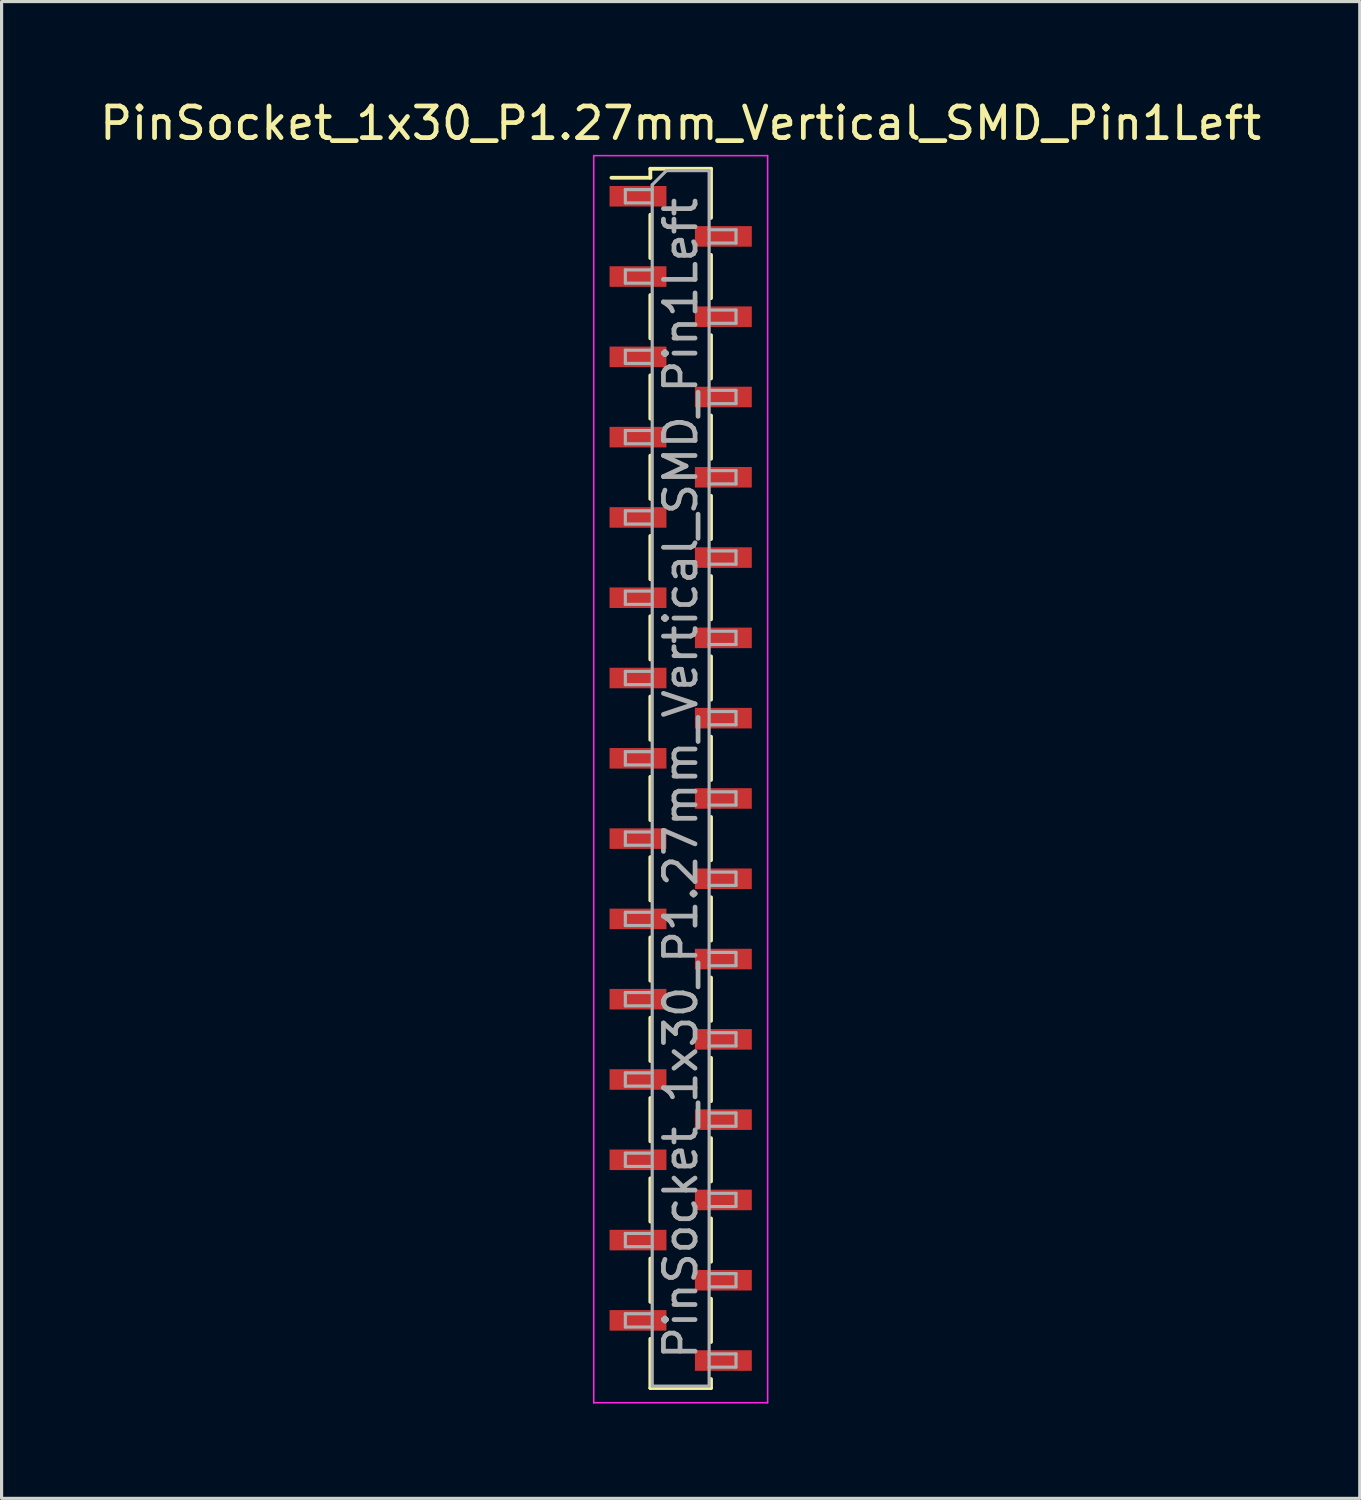
<source format=kicad_pcb>
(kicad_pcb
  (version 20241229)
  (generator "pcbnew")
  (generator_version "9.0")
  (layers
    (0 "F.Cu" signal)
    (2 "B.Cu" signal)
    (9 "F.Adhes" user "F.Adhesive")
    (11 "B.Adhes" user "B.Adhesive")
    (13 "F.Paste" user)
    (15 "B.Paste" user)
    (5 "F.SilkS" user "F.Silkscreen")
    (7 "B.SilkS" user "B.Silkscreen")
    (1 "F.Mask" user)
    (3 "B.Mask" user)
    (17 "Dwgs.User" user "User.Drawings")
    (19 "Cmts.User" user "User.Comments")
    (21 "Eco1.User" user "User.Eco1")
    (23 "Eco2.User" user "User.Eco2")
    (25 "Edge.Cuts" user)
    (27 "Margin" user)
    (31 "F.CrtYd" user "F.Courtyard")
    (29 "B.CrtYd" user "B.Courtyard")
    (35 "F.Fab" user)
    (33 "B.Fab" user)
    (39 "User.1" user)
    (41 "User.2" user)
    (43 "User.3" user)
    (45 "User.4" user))
  (footprint "PinSocket_1x30_P1.27mm_Vertical_SMD_Pin1Left"
    (layer "F.Cu")
    (at 18.482 21.573)
    (property "Reference" "PinSocket_1x30_P1.27mm_Vertical_SMD_Pin1Left" (at 0 -20.725 0) (layer "F.SilkS") (effects (font (size 1 1) (thickness 0.15))))
    (attr smd)
    (fp_line (start -2.19 -19) (end -0.96 -19) (stroke (width 0.12) (type solid)) (layer "F.SilkS"))
    (fp_line (start -0.96 -19.285) (end -0.96 -19) (stroke (width 0.12) (type solid)) (layer "F.SilkS"))
    (fp_line (start -0.96 -19.285) (end 0.96 -19.285) (stroke (width 0.12) (type solid)) (layer "F.SilkS"))
    (fp_line (start -0.96 -17.83) (end -0.96 -16.46) (stroke (width 0.12) (type solid)) (layer "F.SilkS"))
    (fp_line (start -0.96 -15.29) (end -0.96 -13.92) (stroke (width 0.12) (type solid)) (layer "F.SilkS"))
    (fp_line (start -0.96 -12.75) (end -0.96 -11.38) (stroke (width 0.12) (type solid)) (layer "F.SilkS"))
    (fp_line (start -0.96 -10.21) (end -0.96 -8.84) (stroke (width 0.12) (type solid)) (layer "F.SilkS"))
    (fp_line (start -0.96 -7.67) (end -0.96 -6.3) (stroke (width 0.12) (type solid)) (layer "F.SilkS"))
    (fp_line (start -0.96 -5.13) (end -0.96 -3.76) (stroke (width 0.12) (type solid)) (layer "F.SilkS"))
    (fp_line (start -0.96 -2.59) (end -0.96 -1.22) (stroke (width 0.12) (type solid)) (layer "F.SilkS"))
    (fp_line (start -0.96 -0.05) (end -0.96 1.32) (stroke (width 0.12) (type solid)) (layer "F.SilkS"))
    (fp_line (start -0.96 2.49) (end -0.96 3.86) (stroke (width 0.12) (type solid)) (layer "F.SilkS"))
    (fp_line (start -0.96 5.03) (end -0.96 6.4) (stroke (width 0.12) (type solid)) (layer "F.SilkS"))
    (fp_line (start -0.96 7.57) (end -0.96 8.94) (stroke (width 0.12) (type solid)) (layer "F.SilkS"))
    (fp_line (start -0.96 10.11) (end -0.96 11.48) (stroke (width 0.12) (type solid)) (layer "F.SilkS"))
    (fp_line (start -0.96 12.65) (end -0.96 14.02) (stroke (width 0.12) (type solid)) (layer "F.SilkS"))
    (fp_line (start -0.96 15.19) (end -0.96 16.56) (stroke (width 0.12) (type solid)) (layer "F.SilkS"))
    (fp_line (start -0.96 17.73) (end -0.96 19.285) (stroke (width 0.12) (type solid)) (layer "F.SilkS"))
    (fp_line (start -0.96 19.285) (end 0.96 19.285) (stroke (width 0.12) (type solid)) (layer "F.SilkS"))
    (fp_line (start 0.96 -19.285) (end 0.96 -17.73) (stroke (width 0.12) (type solid)) (layer "F.SilkS"))
    (fp_line (start 0.96 -16.56) (end 0.96 -15.19) (stroke (width 0.12) (type solid)) (layer "F.SilkS"))
    (fp_line (start 0.96 -14.02) (end 0.96 -12.65) (stroke (width 0.12) (type solid)) (layer "F.SilkS"))
    (fp_line (start 0.96 -11.48) (end 0.96 -10.11) (stroke (width 0.12) (type solid)) (layer "F.SilkS"))
    (fp_line (start 0.96 -8.94) (end 0.96 -7.57) (stroke (width 0.12) (type solid)) (layer "F.SilkS"))
    (fp_line (start 0.96 -6.4) (end 0.96 -5.03) (stroke (width 0.12) (type solid)) (layer "F.SilkS"))
    (fp_line (start 0.96 -3.86) (end 0.96 -2.49) (stroke (width 0.12) (type solid)) (layer "F.SilkS"))
    (fp_line (start 0.96 -1.32) (end 0.96 0.05) (stroke (width 0.12) (type solid)) (layer "F.SilkS"))
    (fp_line (start 0.96 1.22) (end 0.96 2.59) (stroke (width 0.12) (type solid)) (layer "F.SilkS"))
    (fp_line (start 0.96 3.76) (end 0.96 5.13) (stroke (width 0.12) (type solid)) (layer "F.SilkS"))
    (fp_line (start 0.96 6.3) (end 0.96 7.67) (stroke (width 0.12) (type solid)) (layer "F.SilkS"))
    (fp_line (start 0.96 8.84) (end 0.96 10.21) (stroke (width 0.12) (type solid)) (layer "F.SilkS"))
    (fp_line (start 0.96 11.38) (end 0.96 12.75) (stroke (width 0.12) (type solid)) (layer "F.SilkS"))
    (fp_line (start 0.96 13.92) (end 0.96 15.29) (stroke (width 0.12) (type solid)) (layer "F.SilkS"))
    (fp_line (start 0.96 16.46) (end 0.96 17.83) (stroke (width 0.12) (type solid)) (layer "F.SilkS"))
    (fp_line (start 0.96 19) (end 0.96 19.285) (stroke (width 0.12) (type solid)) (layer "F.SilkS"))
    (fp_line (start -2.75 -19.7) (end 2.75 -19.7) (stroke (width 0.05) (type solid)) (layer "F.CrtYd"))
    (fp_line (start -2.75 19.75) (end -2.75 -19.7) (stroke (width 0.05) (type solid)) (layer "F.CrtYd"))
    (fp_line (start 2.75 -19.7) (end 2.75 19.75) (stroke (width 0.05) (type solid)) (layer "F.CrtYd"))
    (fp_line (start 2.75 19.75) (end -2.75 19.75) (stroke (width 0.05) (type solid)) (layer "F.CrtYd"))
    (fp_line (start -1.75 -18.625) (end -0.9 -18.625) (stroke (width 0.1) (type solid)) (layer "F.Fab"))
    (fp_line (start -1.75 -18.205) (end -1.75 -18.625) (stroke (width 0.1) (type solid)) (layer "F.Fab"))
    (fp_line (start -1.75 -16.085) (end -0.9 -16.085) (stroke (width 0.1) (type solid)) (layer "F.Fab"))
    (fp_line (start -1.75 -15.665) (end -1.75 -16.085) (stroke (width 0.1) (type solid)) (layer "F.Fab"))
    (fp_line (start -1.75 -13.545) (end -0.9 -13.545) (stroke (width 0.1) (type solid)) (layer "F.Fab"))
    (fp_line (start -1.75 -13.125) (end -1.75 -13.545) (stroke (width 0.1) (type solid)) (layer "F.Fab"))
    (fp_line (start -1.75 -11.005) (end -0.9 -11.005) (stroke (width 0.1) (type solid)) (layer "F.Fab"))
    (fp_line (start -1.75 -10.585) (end -1.75 -11.005) (stroke (width 0.1) (type solid)) (layer "F.Fab"))
    (fp_line (start -1.75 -8.465) (end -0.9 -8.465) (stroke (width 0.1) (type solid)) (layer "F.Fab"))
    (fp_line (start -1.75 -8.045) (end -1.75 -8.465) (stroke (width 0.1) (type solid)) (layer "F.Fab"))
    (fp_line (start -1.75 -5.925) (end -0.9 -5.925) (stroke (width 0.1) (type solid)) (layer "F.Fab"))
    (fp_line (start -1.75 -5.505) (end -1.75 -5.925) (stroke (width 0.1) (type solid)) (layer "F.Fab"))
    (fp_line (start -1.75 -3.385) (end -0.9 -3.385) (stroke (width 0.1) (type solid)) (layer "F.Fab"))
    (fp_line (start -1.75 -2.965) (end -1.75 -3.385) (stroke (width 0.1) (type solid)) (layer "F.Fab"))
    (fp_line (start -1.75 -0.845) (end -0.9 -0.845) (stroke (width 0.1) (type solid)) (layer "F.Fab"))
    (fp_line (start -1.75 -0.425) (end -1.75 -0.845) (stroke (width 0.1) (type solid)) (layer "F.Fab"))
    (fp_line (start -1.75 1.695) (end -0.9 1.695) (stroke (width 0.1) (type solid)) (layer "F.Fab"))
    (fp_line (start -1.75 2.115) (end -1.75 1.695) (stroke (width 0.1) (type solid)) (layer "F.Fab"))
    (fp_line (start -1.75 4.235) (end -0.9 4.235) (stroke (width 0.1) (type solid)) (layer "F.Fab"))
    (fp_line (start -1.75 4.655) (end -1.75 4.235) (stroke (width 0.1) (type solid)) (layer "F.Fab"))
    (fp_line (start -1.75 6.775) (end -0.9 6.775) (stroke (width 0.1) (type solid)) (layer "F.Fab"))
    (fp_line (start -1.75 7.195) (end -1.75 6.775) (stroke (width 0.1) (type solid)) (layer "F.Fab"))
    (fp_line (start -1.75 9.315) (end -0.9 9.315) (stroke (width 0.1) (type solid)) (layer "F.Fab"))
    (fp_line (start -1.75 9.735) (end -1.75 9.315) (stroke (width 0.1) (type solid)) (layer "F.Fab"))
    (fp_line (start -1.75 11.855) (end -0.9 11.855) (stroke (width 0.1) (type solid)) (layer "F.Fab"))
    (fp_line (start -1.75 12.275) (end -1.75 11.855) (stroke (width 0.1) (type solid)) (layer "F.Fab"))
    (fp_line (start -1.75 14.395) (end -0.9 14.395) (stroke (width 0.1) (type solid)) (layer "F.Fab"))
    (fp_line (start -1.75 14.815) (end -1.75 14.395) (stroke (width 0.1) (type solid)) (layer "F.Fab"))
    (fp_line (start -1.75 16.935) (end -0.9 16.935) (stroke (width 0.1) (type solid)) (layer "F.Fab"))
    (fp_line (start -1.75 17.355) (end -1.75 16.935) (stroke (width 0.1) (type solid)) (layer "F.Fab"))
    (fp_line (start -0.9 -18.775) (end -0.45 -19.225) (stroke (width 0.1) (type solid)) (layer "F.Fab"))
    (fp_line (start -0.9 -18.205) (end -1.75 -18.205) (stroke (width 0.1) (type solid)) (layer "F.Fab"))
    (fp_line (start -0.9 -15.665) (end -1.75 -15.665) (stroke (width 0.1) (type solid)) (layer "F.Fab"))
    (fp_line (start -0.9 -13.125) (end -1.75 -13.125) (stroke (width 0.1) (type solid)) (layer "F.Fab"))
    (fp_line (start -0.9 -10.585) (end -1.75 -10.585) (stroke (width 0.1) (type solid)) (layer "F.Fab"))
    (fp_line (start -0.9 -8.045) (end -1.75 -8.045) (stroke (width 0.1) (type solid)) (layer "F.Fab"))
    (fp_line (start -0.9 -5.505) (end -1.75 -5.505) (stroke (width 0.1) (type solid)) (layer "F.Fab"))
    (fp_line (start -0.9 -2.965) (end -1.75 -2.965) (stroke (width 0.1) (type solid)) (layer "F.Fab"))
    (fp_line (start -0.9 -0.425) (end -1.75 -0.425) (stroke (width 0.1) (type solid)) (layer "F.Fab"))
    (fp_line (start -0.9 2.115) (end -1.75 2.115) (stroke (width 0.1) (type solid)) (layer "F.Fab"))
    (fp_line (start -0.9 4.655) (end -1.75 4.655) (stroke (width 0.1) (type solid)) (layer "F.Fab"))
    (fp_line (start -0.9 7.195) (end -1.75 7.195) (stroke (width 0.1) (type solid)) (layer "F.Fab"))
    (fp_line (start -0.9 9.735) (end -1.75 9.735) (stroke (width 0.1) (type solid)) (layer "F.Fab"))
    (fp_line (start -0.9 12.275) (end -1.75 12.275) (stroke (width 0.1) (type solid)) (layer "F.Fab"))
    (fp_line (start -0.9 14.815) (end -1.75 14.815) (stroke (width 0.1) (type solid)) (layer "F.Fab"))
    (fp_line (start -0.9 17.355) (end -1.75 17.355) (stroke (width 0.1) (type solid)) (layer "F.Fab"))
    (fp_line (start -0.9 19.225) (end -0.9 -18.775) (stroke (width 0.1) (type solid)) (layer "F.Fab"))
    (fp_line (start -0.45 -19.225) (end 0.9 -19.225) (stroke (width 0.1) (type solid)) (layer "F.Fab"))
    (fp_line (start 0.9 -19.225) (end 0.9 19.225) (stroke (width 0.1) (type solid)) (layer "F.Fab"))
    (fp_line (start 0.9 -17.355) (end 1.75 -17.355) (stroke (width 0.1) (type solid)) (layer "F.Fab"))
    (fp_line (start 0.9 -14.815) (end 1.75 -14.815) (stroke (width 0.1) (type solid)) (layer "F.Fab"))
    (fp_line (start 0.9 -12.275) (end 1.75 -12.275) (stroke (width 0.1) (type solid)) (layer "F.Fab"))
    (fp_line (start 0.9 -9.735) (end 1.75 -9.735) (stroke (width 0.1) (type solid)) (layer "F.Fab"))
    (fp_line (start 0.9 -7.195) (end 1.75 -7.195) (stroke (width 0.1) (type solid)) (layer "F.Fab"))
    (fp_line (start 0.9 -4.655) (end 1.75 -4.655) (stroke (width 0.1) (type solid)) (layer "F.Fab"))
    (fp_line (start 0.9 -2.115) (end 1.75 -2.115) (stroke (width 0.1) (type solid)) (layer "F.Fab"))
    (fp_line (start 0.9 0.425) (end 1.75 0.425) (stroke (width 0.1) (type solid)) (layer "F.Fab"))
    (fp_line (start 0.9 2.965) (end 1.75 2.965) (stroke (width 0.1) (type solid)) (layer "F.Fab"))
    (fp_line (start 0.9 5.505) (end 1.75 5.505) (stroke (width 0.1) (type solid)) (layer "F.Fab"))
    (fp_line (start 0.9 8.045) (end 1.75 8.045) (stroke (width 0.1) (type solid)) (layer "F.Fab"))
    (fp_line (start 0.9 10.585) (end 1.75 10.585) (stroke (width 0.1) (type solid)) (layer "F.Fab"))
    (fp_line (start 0.9 13.125) (end 1.75 13.125) (stroke (width 0.1) (type solid)) (layer "F.Fab"))
    (fp_line (start 0.9 15.665) (end 1.75 15.665) (stroke (width 0.1) (type solid)) (layer "F.Fab"))
    (fp_line (start 0.9 18.205) (end 1.75 18.205) (stroke (width 0.1) (type solid)) (layer "F.Fab"))
    (fp_line (start 0.9 19.225) (end -0.9 19.225) (stroke (width 0.1) (type solid)) (layer "F.Fab"))
    (fp_line (start 1.75 -17.355) (end 1.75 -16.935) (stroke (width 0.1) (type solid)) (layer "F.Fab"))
    (fp_line (start 1.75 -16.935) (end 0.9 -16.935) (stroke (width 0.1) (type solid)) (layer "F.Fab"))
    (fp_line (start 1.75 -14.815) (end 1.75 -14.395) (stroke (width 0.1) (type solid)) (layer "F.Fab"))
    (fp_line (start 1.75 -14.395) (end 0.9 -14.395) (stroke (width 0.1) (type solid)) (layer "F.Fab"))
    (fp_line (start 1.75 -12.275) (end 1.75 -11.855) (stroke (width 0.1) (type solid)) (layer "F.Fab"))
    (fp_line (start 1.75 -11.855) (end 0.9 -11.855) (stroke (width 0.1) (type solid)) (layer "F.Fab"))
    (fp_line (start 1.75 -9.735) (end 1.75 -9.315) (stroke (width 0.1) (type solid)) (layer "F.Fab"))
    (fp_line (start 1.75 -9.315) (end 0.9 -9.315) (stroke (width 0.1) (type solid)) (layer "F.Fab"))
    (fp_line (start 1.75 -7.195) (end 1.75 -6.775) (stroke (width 0.1) (type solid)) (layer "F.Fab"))
    (fp_line (start 1.75 -6.775) (end 0.9 -6.775) (stroke (width 0.1) (type solid)) (layer "F.Fab"))
    (fp_line (start 1.75 -4.655) (end 1.75 -4.235) (stroke (width 0.1) (type solid)) (layer "F.Fab"))
    (fp_line (start 1.75 -4.235) (end 0.9 -4.235) (stroke (width 0.1) (type solid)) (layer "F.Fab"))
    (fp_line (start 1.75 -2.115) (end 1.75 -1.695) (stroke (width 0.1) (type solid)) (layer "F.Fab"))
    (fp_line (start 1.75 -1.695) (end 0.9 -1.695) (stroke (width 0.1) (type solid)) (layer "F.Fab"))
    (fp_line (start 1.75 0.425) (end 1.75 0.845) (stroke (width 0.1) (type solid)) (layer "F.Fab"))
    (fp_line (start 1.75 0.845) (end 0.9 0.845) (stroke (width 0.1) (type solid)) (layer "F.Fab"))
    (fp_line (start 1.75 2.965) (end 1.75 3.385) (stroke (width 0.1) (type solid)) (layer "F.Fab"))
    (fp_line (start 1.75 3.385) (end 0.9 3.385) (stroke (width 0.1) (type solid)) (layer "F.Fab"))
    (fp_line (start 1.75 5.505) (end 1.75 5.925) (stroke (width 0.1) (type solid)) (layer "F.Fab"))
    (fp_line (start 1.75 5.925) (end 0.9 5.925) (stroke (width 0.1) (type solid)) (layer "F.Fab"))
    (fp_line (start 1.75 8.045) (end 1.75 8.465) (stroke (width 0.1) (type solid)) (layer "F.Fab"))
    (fp_line (start 1.75 8.465) (end 0.9 8.465) (stroke (width 0.1) (type solid)) (layer "F.Fab"))
    (fp_line (start 1.75 10.585) (end 1.75 11.005) (stroke (width 0.1) (type solid)) (layer "F.Fab"))
    (fp_line (start 1.75 11.005) (end 0.9 11.005) (stroke (width 0.1) (type solid)) (layer "F.Fab"))
    (fp_line (start 1.75 13.125) (end 1.75 13.545) (stroke (width 0.1) (type solid)) (layer "F.Fab"))
    (fp_line (start 1.75 13.545) (end 0.9 13.545) (stroke (width 0.1) (type solid)) (layer "F.Fab"))
    (fp_line (start 1.75 15.665) (end 1.75 16.085) (stroke (width 0.1) (type solid)) (layer "F.Fab"))
    (fp_line (start 1.75 16.085) (end 0.9 16.085) (stroke (width 0.1) (type solid)) (layer "F.Fab"))
    (fp_line (start 1.75 18.205) (end 1.75 18.625) (stroke (width 0.1) (type solid)) (layer "F.Fab"))
    (fp_line (start 1.75 18.625) (end 0.9 18.625) (stroke (width 0.1) (type solid)) (layer "F.Fab"))
    (fp_text user "${REFERENCE}" (at 0 0 90) (layer "F.Fab") (effects (font (size 1 1) (thickness 0.15))))
    (pad "1" smd rect (at -1.35 -18.415) (size 1.8 0.65) (layers "F.Cu" "F.Mask" "F.Paste"))
    (pad "2" smd rect (at 1.35 -17.145) (size 1.8 0.65) (layers "F.Cu" "F.Mask" "F.Paste"))
    (pad "3" smd rect (at -1.35 -15.875) (size 1.8 0.65) (layers "F.Cu" "F.Mask" "F.Paste"))
    (pad "4" smd rect (at 1.35 -14.605) (size 1.8 0.65) (layers "F.Cu" "F.Mask" "F.Paste"))
    (pad "5" smd rect (at -1.35 -13.335) (size 1.8 0.65) (layers "F.Cu" "F.Mask" "F.Paste"))
    (pad "6" smd rect (at 1.35 -12.065) (size 1.8 0.65) (layers "F.Cu" "F.Mask" "F.Paste"))
    (pad "7" smd rect (at -1.35 -10.795) (size 1.8 0.65) (layers "F.Cu" "F.Mask" "F.Paste"))
    (pad "8" smd rect (at 1.35 -9.525) (size 1.8 0.65) (layers "F.Cu" "F.Mask" "F.Paste"))
    (pad "9" smd rect (at -1.35 -8.255) (size 1.8 0.65) (layers "F.Cu" "F.Mask" "F.Paste"))
    (pad "10" smd rect (at 1.35 -6.985) (size 1.8 0.65) (layers "F.Cu" "F.Mask" "F.Paste"))
    (pad "11" smd rect (at -1.35 -5.715) (size 1.8 0.65) (layers "F.Cu" "F.Mask" "F.Paste"))
    (pad "12" smd rect (at 1.35 -4.445) (size 1.8 0.65) (layers "F.Cu" "F.Mask" "F.Paste"))
    (pad "13" smd rect (at -1.35 -3.175) (size 1.8 0.65) (layers "F.Cu" "F.Mask" "F.Paste"))
    (pad "14" smd rect (at 1.35 -1.905) (size 1.8 0.65) (layers "F.Cu" "F.Mask" "F.Paste"))
    (pad "15" smd rect (at -1.35 -0.635) (size 1.8 0.65) (layers "F.Cu" "F.Mask" "F.Paste"))
    (pad "16" smd rect (at 1.35 0.635) (size 1.8 0.65) (layers "F.Cu" "F.Mask" "F.Paste"))
    (pad "17" smd rect (at -1.35 1.905) (size 1.8 0.65) (layers "F.Cu" "F.Mask" "F.Paste"))
    (pad "18" smd rect (at 1.35 3.175) (size 1.8 0.65) (layers "F.Cu" "F.Mask" "F.Paste"))
    (pad "19" smd rect (at -1.35 4.445) (size 1.8 0.65) (layers "F.Cu" "F.Mask" "F.Paste"))
    (pad "20" smd rect (at 1.35 5.715) (size 1.8 0.65) (layers "F.Cu" "F.Mask" "F.Paste"))
    (pad "21" smd rect (at -1.35 6.985) (size 1.8 0.65) (layers "F.Cu" "F.Mask" "F.Paste"))
    (pad "22" smd rect (at 1.35 8.255) (size 1.8 0.65) (layers "F.Cu" "F.Mask" "F.Paste"))
    (pad "23" smd rect (at -1.35 9.525) (size 1.8 0.65) (layers "F.Cu" "F.Mask" "F.Paste"))
    (pad "24" smd rect (at 1.35 10.795) (size 1.8 0.65) (layers "F.Cu" "F.Mask" "F.Paste"))
    (pad "25" smd rect (at -1.35 12.065) (size 1.8 0.65) (layers "F.Cu" "F.Mask" "F.Paste"))
    (pad "26" smd rect (at 1.35 13.335) (size 1.8 0.65) (layers "F.Cu" "F.Mask" "F.Paste"))
    (pad "27" smd rect (at -1.35 14.605) (size 1.8 0.65) (layers "F.Cu" "F.Mask" "F.Paste"))
    (pad "28" smd rect (at 1.35 15.875) (size 1.8 0.65) (layers "F.Cu" "F.Mask" "F.Paste"))
    (pad "29" smd rect (at -1.35 17.145) (size 1.8 0.65) (layers "F.Cu" "F.Mask" "F.Paste"))
    (pad "30" smd rect (at 1.35 18.415) (size 1.8 0.65) (layers "F.Cu" "F.Mask" "F.Paste")))
  (gr_rect
    (start -3 -3)
    (end 39.964 44.348)
    (stroke (width 0.1) (type default))
    (fill no)
    (layer "Edge.Cuts")))
</source>
